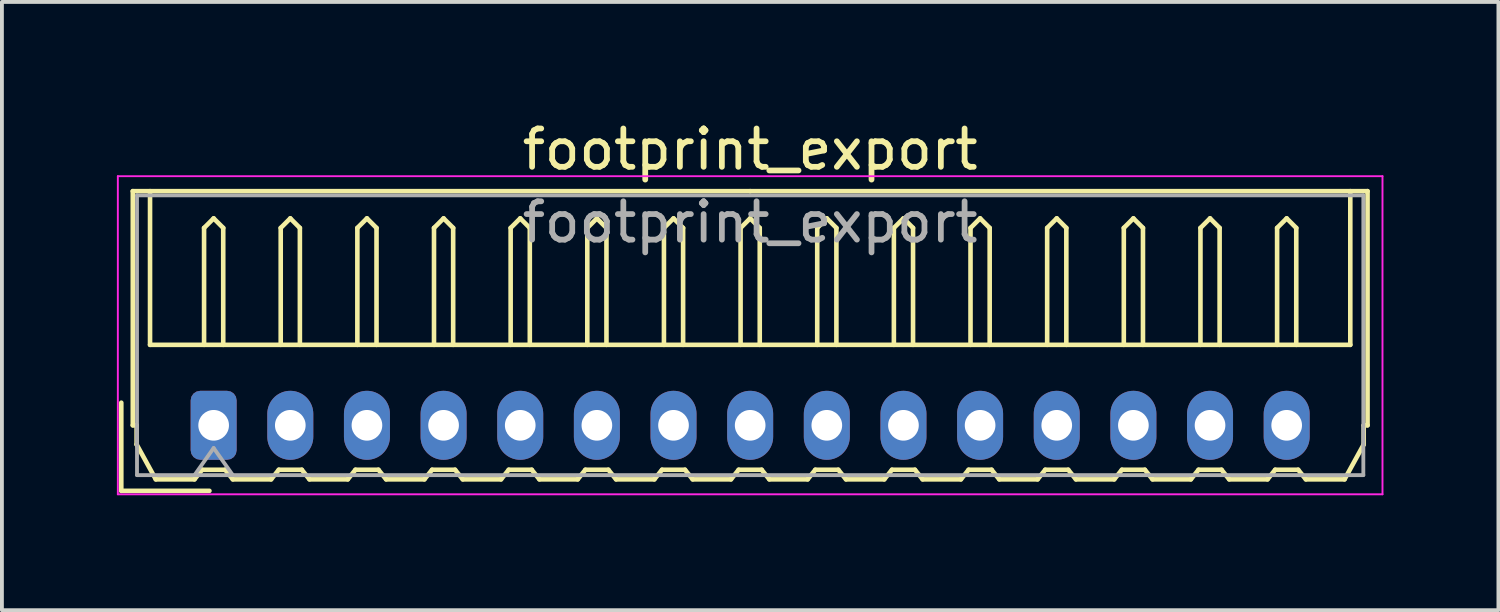
<source format=kicad_pcb>
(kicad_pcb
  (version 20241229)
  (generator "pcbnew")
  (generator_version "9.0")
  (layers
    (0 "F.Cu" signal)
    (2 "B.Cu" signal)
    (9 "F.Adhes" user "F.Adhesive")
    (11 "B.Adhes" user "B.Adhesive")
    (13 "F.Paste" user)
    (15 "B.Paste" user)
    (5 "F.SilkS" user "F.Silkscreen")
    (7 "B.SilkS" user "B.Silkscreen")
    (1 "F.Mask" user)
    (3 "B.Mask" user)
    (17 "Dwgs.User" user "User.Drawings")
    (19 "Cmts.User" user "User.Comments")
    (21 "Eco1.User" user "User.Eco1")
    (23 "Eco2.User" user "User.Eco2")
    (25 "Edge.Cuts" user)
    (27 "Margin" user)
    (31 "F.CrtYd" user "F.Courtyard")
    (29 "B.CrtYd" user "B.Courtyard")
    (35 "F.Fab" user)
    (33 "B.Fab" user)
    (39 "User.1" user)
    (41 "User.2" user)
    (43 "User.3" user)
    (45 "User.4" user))
  (footprint "footprint_export"
    (layer "F.Cu")
    (at 2.525 8.048)
    (property "Reference" "footprint_export" (at 14 -7.2 0) (layer "F.SilkS") (effects (font (size 1 1) (thickness 0.15))))
    (attr through_hole)
    (fp_line (start -2.41 1.71) (end -2.41 -0.59) (stroke (width 0.12) (type solid)) (layer "F.SilkS"))
    (fp_line (start -2.11 -6.11) (end 14 -6.11) (stroke (width 0.12) (type solid)) (layer "F.SilkS"))
    (fp_line (start -2.11 0) (end -2.11 -6.11) (stroke (width 0.12) (type solid)) (layer "F.SilkS"))
    (fp_line (start -2.01 0) (end -2.11 0) (stroke (width 0.12) (type solid)) (layer "F.SilkS"))
    (fp_line (start -2.01 0.5) (end -2.01 0) (stroke (width 0.12) (type solid)) (layer "F.SilkS"))
    (fp_line (start -1.66 -6.11) (end -1.66 -2.1) (stroke (width 0.12) (type solid)) (layer "F.SilkS"))
    (fp_line (start -1.66 -2.1) (end 29.66 -2.1) (stroke (width 0.12) (type solid)) (layer "F.SilkS"))
    (fp_line (start -1.51 1.41) (end -2.01 0.5) (stroke (width 0.12) (type solid)) (layer "F.SilkS"))
    (fp_line (start -0.5 1.41) (end -1.51 1.41) (stroke (width 0.12) (type solid)) (layer "F.SilkS"))
    (fp_line (start -0.3 1.16) (end -0.5 1.41) (stroke (width 0.12) (type solid)) (layer "F.SilkS"))
    (fp_line (start -0.3 1.16) (end 0.3 1.16) (stroke (width 0.12) (type solid)) (layer "F.SilkS"))
    (fp_line (start -0.25 -5.15) (end 0 -5.4) (stroke (width 0.12) (type solid)) (layer "F.SilkS"))
    (fp_line (start -0.25 -2.1) (end -0.25 -5.15) (stroke (width 0.12) (type solid)) (layer "F.SilkS"))
    (fp_line (start -0.11 1.71) (end -2.41 1.71) (stroke (width 0.12) (type solid)) (layer "F.SilkS"))
    (fp_line (start 0 -5.4) (end 0.25 -5.15) (stroke (width 0.12) (type solid)) (layer "F.SilkS"))
    (fp_line (start 0.25 -5.15) (end 0.25 -2.1) (stroke (width 0.12) (type solid)) (layer "F.SilkS"))
    (fp_line (start 0.3 1.16) (end 0.5 1.41) (stroke (width 0.12) (type solid)) (layer "F.SilkS"))
    (fp_line (start 0.5 1.41) (end 1.5 1.41) (stroke (width 0.12) (type solid)) (layer "F.SilkS"))
    (fp_line (start 1.5 1.41) (end 1.7 1.16) (stroke (width 0.12) (type solid)) (layer "F.SilkS"))
    (fp_line (start 1.7 1.16) (end 2.3 1.16) (stroke (width 0.12) (type solid)) (layer "F.SilkS"))
    (fp_line (start 1.75 -5.15) (end 2 -5.4) (stroke (width 0.12) (type solid)) (layer "F.SilkS"))
    (fp_line (start 1.75 -2.1) (end 1.75 -5.15) (stroke (width 0.12) (type solid)) (layer "F.SilkS"))
    (fp_line (start 2 -5.4) (end 2.25 -5.15) (stroke (width 0.12) (type solid)) (layer "F.SilkS"))
    (fp_line (start 2.25 -5.15) (end 2.25 -2.1) (stroke (width 0.12) (type solid)) (layer "F.SilkS"))
    (fp_line (start 2.3 1.16) (end 2.5 1.41) (stroke (width 0.12) (type solid)) (layer "F.SilkS"))
    (fp_line (start 2.5 1.41) (end 3.5 1.41) (stroke (width 0.12) (type solid)) (layer "F.SilkS"))
    (fp_line (start 3.5 1.41) (end 3.7 1.16) (stroke (width 0.12) (type solid)) (layer "F.SilkS"))
    (fp_line (start 3.7 1.16) (end 4.3 1.16) (stroke (width 0.12) (type solid)) (layer "F.SilkS"))
    (fp_line (start 3.75 -5.15) (end 4 -5.4) (stroke (width 0.12) (type solid)) (layer "F.SilkS"))
    (fp_line (start 3.75 -2.1) (end 3.75 -5.15) (stroke (width 0.12) (type solid)) (layer "F.SilkS"))
    (fp_line (start 4 -5.4) (end 4.25 -5.15) (stroke (width 0.12) (type solid)) (layer "F.SilkS"))
    (fp_line (start 4.25 -5.15) (end 4.25 -2.1) (stroke (width 0.12) (type solid)) (layer "F.SilkS"))
    (fp_line (start 4.3 1.16) (end 4.5 1.41) (stroke (width 0.12) (type solid)) (layer "F.SilkS"))
    (fp_line (start 4.5 1.41) (end 5.5 1.41) (stroke (width 0.12) (type solid)) (layer "F.SilkS"))
    (fp_line (start 5.5 1.41) (end 5.7 1.16) (stroke (width 0.12) (type solid)) (layer "F.SilkS"))
    (fp_line (start 5.7 1.16) (end 6.3 1.16) (stroke (width 0.12) (type solid)) (layer "F.SilkS"))
    (fp_line (start 5.75 -5.15) (end 6 -5.4) (stroke (width 0.12) (type solid)) (layer "F.SilkS"))
    (fp_line (start 5.75 -2.1) (end 5.75 -5.15) (stroke (width 0.12) (type solid)) (layer "F.SilkS"))
    (fp_line (start 6 -5.4) (end 6.25 -5.15) (stroke (width 0.12) (type solid)) (layer "F.SilkS"))
    (fp_line (start 6.25 -5.15) (end 6.25 -2.1) (stroke (width 0.12) (type solid)) (layer "F.SilkS"))
    (fp_line (start 6.3 1.16) (end 6.5 1.41) (stroke (width 0.12) (type solid)) (layer "F.SilkS"))
    (fp_line (start 6.5 1.41) (end 7.5 1.41) (stroke (width 0.12) (type solid)) (layer "F.SilkS"))
    (fp_line (start 7.5 1.41) (end 7.7 1.16) (stroke (width 0.12) (type solid)) (layer "F.SilkS"))
    (fp_line (start 7.7 1.16) (end 8.3 1.16) (stroke (width 0.12) (type solid)) (layer "F.SilkS"))
    (fp_line (start 7.75 -5.15) (end 8 -5.4) (stroke (width 0.12) (type solid)) (layer "F.SilkS"))
    (fp_line (start 7.75 -2.1) (end 7.75 -5.15) (stroke (width 0.12) (type solid)) (layer "F.SilkS"))
    (fp_line (start 8 -5.4) (end 8.25 -5.15) (stroke (width 0.12) (type solid)) (layer "F.SilkS"))
    (fp_line (start 8.25 -5.15) (end 8.25 -2.1) (stroke (width 0.12) (type solid)) (layer "F.SilkS"))
    (fp_line (start 8.3 1.16) (end 8.5 1.41) (stroke (width 0.12) (type solid)) (layer "F.SilkS"))
    (fp_line (start 8.5 1.41) (end 9.5 1.41) (stroke (width 0.12) (type solid)) (layer "F.SilkS"))
    (fp_line (start 9.5 1.41) (end 9.7 1.16) (stroke (width 0.12) (type solid)) (layer "F.SilkS"))
    (fp_line (start 9.7 1.16) (end 10.3 1.16) (stroke (width 0.12) (type solid)) (layer "F.SilkS"))
    (fp_line (start 9.75 -5.15) (end 10 -5.4) (stroke (width 0.12) (type solid)) (layer "F.SilkS"))
    (fp_line (start 9.75 -2.1) (end 9.75 -5.15) (stroke (width 0.12) (type solid)) (layer "F.SilkS"))
    (fp_line (start 10 -5.4) (end 10.25 -5.15) (stroke (width 0.12) (type solid)) (layer "F.SilkS"))
    (fp_line (start 10.25 -5.15) (end 10.25 -2.1) (stroke (width 0.12) (type solid)) (layer "F.SilkS"))
    (fp_line (start 10.3 1.16) (end 10.5 1.41) (stroke (width 0.12) (type solid)) (layer "F.SilkS"))
    (fp_line (start 10.5 1.41) (end 11.5 1.41) (stroke (width 0.12) (type solid)) (layer "F.SilkS"))
    (fp_line (start 11.5 1.41) (end 11.7 1.16) (stroke (width 0.12) (type solid)) (layer "F.SilkS"))
    (fp_line (start 11.7 1.16) (end 12.3 1.16) (stroke (width 0.12) (type solid)) (layer "F.SilkS"))
    (fp_line (start 11.75 -5.15) (end 12 -5.4) (stroke (width 0.12) (type solid)) (layer "F.SilkS"))
    (fp_line (start 11.75 -2.1) (end 11.75 -5.15) (stroke (width 0.12) (type solid)) (layer "F.SilkS"))
    (fp_line (start 12 -5.4) (end 12.25 -5.15) (stroke (width 0.12) (type solid)) (layer "F.SilkS"))
    (fp_line (start 12.25 -5.15) (end 12.25 -2.1) (stroke (width 0.12) (type solid)) (layer "F.SilkS"))
    (fp_line (start 12.3 1.16) (end 12.5 1.41) (stroke (width 0.12) (type solid)) (layer "F.SilkS"))
    (fp_line (start 12.5 1.41) (end 13.5 1.41) (stroke (width 0.12) (type solid)) (layer "F.SilkS"))
    (fp_line (start 13.5 1.41) (end 13.7 1.16) (stroke (width 0.12) (type solid)) (layer "F.SilkS"))
    (fp_line (start 13.7 1.16) (end 14.3 1.16) (stroke (width 0.12) (type solid)) (layer "F.SilkS"))
    (fp_line (start 13.75 -5.15) (end 14 -5.4) (stroke (width 0.12) (type solid)) (layer "F.SilkS"))
    (fp_line (start 13.75 -2.1) (end 13.75 -5.15) (stroke (width 0.12) (type solid)) (layer "F.SilkS"))
    (fp_line (start 14 -5.4) (end 14.25 -5.15) (stroke (width 0.12) (type solid)) (layer "F.SilkS"))
    (fp_line (start 14.25 -5.15) (end 14.25 -2.1) (stroke (width 0.12) (type solid)) (layer "F.SilkS"))
    (fp_line (start 14.3 1.16) (end 14.5 1.41) (stroke (width 0.12) (type solid)) (layer "F.SilkS"))
    (fp_line (start 14.5 1.41) (end 15.5 1.41) (stroke (width 0.12) (type solid)) (layer "F.SilkS"))
    (fp_line (start 15.5 1.41) (end 15.7 1.16) (stroke (width 0.12) (type solid)) (layer "F.SilkS"))
    (fp_line (start 15.7 1.16) (end 16.3 1.16) (stroke (width 0.12) (type solid)) (layer "F.SilkS"))
    (fp_line (start 15.75 -5.15) (end 16 -5.4) (stroke (width 0.12) (type solid)) (layer "F.SilkS"))
    (fp_line (start 15.75 -2.1) (end 15.75 -5.15) (stroke (width 0.12) (type solid)) (layer "F.SilkS"))
    (fp_line (start 16 -5.4) (end 16.25 -5.15) (stroke (width 0.12) (type solid)) (layer "F.SilkS"))
    (fp_line (start 16.25 -5.15) (end 16.25 -2.1) (stroke (width 0.12) (type solid)) (layer "F.SilkS"))
    (fp_line (start 16.3 1.16) (end 16.5 1.41) (stroke (width 0.12) (type solid)) (layer "F.SilkS"))
    (fp_line (start 16.5 1.41) (end 17.5 1.41) (stroke (width 0.12) (type solid)) (layer "F.SilkS"))
    (fp_line (start 17.5 1.41) (end 17.7 1.16) (stroke (width 0.12) (type solid)) (layer "F.SilkS"))
    (fp_line (start 17.7 1.16) (end 18.3 1.16) (stroke (width 0.12) (type solid)) (layer "F.SilkS"))
    (fp_line (start 17.75 -5.15) (end 18 -5.4) (stroke (width 0.12) (type solid)) (layer "F.SilkS"))
    (fp_line (start 17.75 -2.1) (end 17.75 -5.15) (stroke (width 0.12) (type solid)) (layer "F.SilkS"))
    (fp_line (start 18 -5.4) (end 18.25 -5.15) (stroke (width 0.12) (type solid)) (layer "F.SilkS"))
    (fp_line (start 18.25 -5.15) (end 18.25 -2.1) (stroke (width 0.12) (type solid)) (layer "F.SilkS"))
    (fp_line (start 18.3 1.16) (end 18.5 1.41) (stroke (width 0.12) (type solid)) (layer "F.SilkS"))
    (fp_line (start 18.5 1.41) (end 19.5 1.41) (stroke (width 0.12) (type solid)) (layer "F.SilkS"))
    (fp_line (start 19.5 1.41) (end 19.7 1.16) (stroke (width 0.12) (type solid)) (layer "F.SilkS"))
    (fp_line (start 19.7 1.16) (end 20.3 1.16) (stroke (width 0.12) (type solid)) (layer "F.SilkS"))
    (fp_line (start 19.75 -5.15) (end 20 -5.4) (stroke (width 0.12) (type solid)) (layer "F.SilkS"))
    (fp_line (start 19.75 -2.1) (end 19.75 -5.15) (stroke (width 0.12) (type solid)) (layer "F.SilkS"))
    (fp_line (start 20 -5.4) (end 20.25 -5.15) (stroke (width 0.12) (type solid)) (layer "F.SilkS"))
    (fp_line (start 20.25 -5.15) (end 20.25 -2.1) (stroke (width 0.12) (type solid)) (layer "F.SilkS"))
    (fp_line (start 20.3 1.16) (end 20.5 1.41) (stroke (width 0.12) (type solid)) (layer "F.SilkS"))
    (fp_line (start 20.5 1.41) (end 21.5 1.41) (stroke (width 0.12) (type solid)) (layer "F.SilkS"))
    (fp_line (start 21.5 1.41) (end 21.7 1.16) (stroke (width 0.12) (type solid)) (layer "F.SilkS"))
    (fp_line (start 21.7 1.16) (end 22.3 1.16) (stroke (width 0.12) (type solid)) (layer "F.SilkS"))
    (fp_line (start 21.75 -5.15) (end 22 -5.4) (stroke (width 0.12) (type solid)) (layer "F.SilkS"))
    (fp_line (start 21.75 -2.1) (end 21.75 -5.15) (stroke (width 0.12) (type solid)) (layer "F.SilkS"))
    (fp_line (start 22 -5.4) (end 22.25 -5.15) (stroke (width 0.12) (type solid)) (layer "F.SilkS"))
    (fp_line (start 22.25 -5.15) (end 22.25 -2.1) (stroke (width 0.12) (type solid)) (layer "F.SilkS"))
    (fp_line (start 22.3 1.16) (end 22.5 1.41) (stroke (width 0.12) (type solid)) (layer "F.SilkS"))
    (fp_line (start 22.5 1.41) (end 23.5 1.41) (stroke (width 0.12) (type solid)) (layer "F.SilkS"))
    (fp_line (start 23.5 1.41) (end 23.7 1.16) (stroke (width 0.12) (type solid)) (layer "F.SilkS"))
    (fp_line (start 23.7 1.16) (end 24.3 1.16) (stroke (width 0.12) (type solid)) (layer "F.SilkS"))
    (fp_line (start 23.75 -5.15) (end 24 -5.4) (stroke (width 0.12) (type solid)) (layer "F.SilkS"))
    (fp_line (start 23.75 -2.1) (end 23.75 -5.15) (stroke (width 0.12) (type solid)) (layer "F.SilkS"))
    (fp_line (start 24 -5.4) (end 24.25 -5.15) (stroke (width 0.12) (type solid)) (layer "F.SilkS"))
    (fp_line (start 24.25 -5.15) (end 24.25 -2.1) (stroke (width 0.12) (type solid)) (layer "F.SilkS"))
    (fp_line (start 24.3 1.16) (end 24.5 1.41) (stroke (width 0.12) (type solid)) (layer "F.SilkS"))
    (fp_line (start 24.5 1.41) (end 25.5 1.41) (stroke (width 0.12) (type solid)) (layer "F.SilkS"))
    (fp_line (start 25.5 1.41) (end 25.7 1.16) (stroke (width 0.12) (type solid)) (layer "F.SilkS"))
    (fp_line (start 25.7 1.16) (end 26.3 1.16) (stroke (width 0.12) (type solid)) (layer "F.SilkS"))
    (fp_line (start 25.75 -5.15) (end 26 -5.4) (stroke (width 0.12) (type solid)) (layer "F.SilkS"))
    (fp_line (start 25.75 -2.1) (end 25.75 -5.15) (stroke (width 0.12) (type solid)) (layer "F.SilkS"))
    (fp_line (start 26 -5.4) (end 26.25 -5.15) (stroke (width 0.12) (type solid)) (layer "F.SilkS"))
    (fp_line (start 26.25 -5.15) (end 26.25 -2.1) (stroke (width 0.12) (type solid)) (layer "F.SilkS"))
    (fp_line (start 26.3 1.16) (end 26.5 1.41) (stroke (width 0.12) (type solid)) (layer "F.SilkS"))
    (fp_line (start 26.5 1.41) (end 27.5 1.41) (stroke (width 0.12) (type solid)) (layer "F.SilkS"))
    (fp_line (start 27.5 1.41) (end 27.7 1.16) (stroke (width 0.12) (type solid)) (layer "F.SilkS"))
    (fp_line (start 27.7 1.16) (end 28.3 1.16) (stroke (width 0.12) (type solid)) (layer "F.SilkS"))
    (fp_line (start 27.75 -5.15) (end 28 -5.4) (stroke (width 0.12) (type solid)) (layer "F.SilkS"))
    (fp_line (start 27.75 -2.1) (end 27.75 -5.15) (stroke (width 0.12) (type solid)) (layer "F.SilkS"))
    (fp_line (start 28 -5.4) (end 28.25 -5.15) (stroke (width 0.12) (type solid)) (layer "F.SilkS"))
    (fp_line (start 28.25 -5.15) (end 28.25 -2.1) (stroke (width 0.12) (type solid)) (layer "F.SilkS"))
    (fp_line (start 28.3 1.16) (end 28.5 1.41) (stroke (width 0.12) (type solid)) (layer "F.SilkS"))
    (fp_line (start 28.5 1.41) (end 29.51 1.41) (stroke (width 0.12) (type solid)) (layer "F.SilkS"))
    (fp_line (start 29.51 1.41) (end 30.01 0.5) (stroke (width 0.12) (type solid)) (layer "F.SilkS"))
    (fp_line (start 29.66 -2.1) (end 29.66 -6.11) (stroke (width 0.12) (type solid)) (layer "F.SilkS"))
    (fp_line (start 30.01 0) (end 30.11 0) (stroke (width 0.12) (type solid)) (layer "F.SilkS"))
    (fp_line (start 30.01 0.5) (end 30.01 0) (stroke (width 0.12) (type solid)) (layer "F.SilkS"))
    (fp_line (start 30.11 -6.11) (end 14 -6.11) (stroke (width 0.12) (type solid)) (layer "F.SilkS"))
    (fp_line (start 30.11 0) (end 30.11 -6.11) (stroke (width 0.12) (type solid)) (layer "F.SilkS"))
    (fp_line (start -2.5 -6.5) (end -2.5 1.8) (stroke (width 0.05) (type solid)) (layer "F.CrtYd"))
    (fp_line (start -2.5 1.8) (end 30.5 1.8) (stroke (width 0.05) (type solid)) (layer "F.CrtYd"))
    (fp_line (start 30.5 -6.5) (end -2.5 -6.5) (stroke (width 0.05) (type solid)) (layer "F.CrtYd"))
    (fp_line (start 30.5 1.8) (end 30.5 -6.5) (stroke (width 0.05) (type solid)) (layer "F.CrtYd"))
    (fp_line (start -2 -6) (end -2 1.3) (stroke (width 0.1) (type solid)) (layer "F.Fab"))
    (fp_line (start -2 1.3) (end 30 1.3) (stroke (width 0.1) (type solid)) (layer "F.Fab"))
    (fp_line (start -0.5 1.3) (end 0 0.593) (stroke (width 0.1) (type solid)) (layer "F.Fab"))
    (fp_line (start 0 0.593) (end 0.5 1.3) (stroke (width 0.1) (type solid)) (layer "F.Fab"))
    (fp_line (start 30 -6) (end -2 -6) (stroke (width 0.1) (type solid)) (layer "F.Fab"))
    (fp_line (start 30 1.3) (end 30 -6) (stroke (width 0.1) (type solid)) (layer "F.Fab"))
    (fp_text user "${REFERENCE}" (at 14 -5.3 0) (layer "F.Fab") (effects (font (size 1 1) (thickness 0.15))))
    (pad "1" thru_hole roundrect (at 0 0) (size 1.2 1.8) (drill 0.8) (layers "*.Cu" "*.Mask") (roundrect_rratio 0.208))
    (pad "2" thru_hole oval (at 2 0) (size 1.2 1.8) (drill 0.8) (layers "*.Cu" "*.Mask"))
    (pad "3" thru_hole oval (at 4 0) (size 1.2 1.8) (drill 0.8) (layers "*.Cu" "*.Mask"))
    (pad "4" thru_hole oval (at 6 0) (size 1.2 1.8) (drill 0.8) (layers "*.Cu" "*.Mask"))
    (pad "5" thru_hole oval (at 8 0) (size 1.2 1.8) (drill 0.8) (layers "*.Cu" "*.Mask"))
    (pad "6" thru_hole oval (at 10 0) (size 1.2 1.8) (drill 0.8) (layers "*.Cu" "*.Mask"))
    (pad "7" thru_hole oval (at 12 0) (size 1.2 1.8) (drill 0.8) (layers "*.Cu" "*.Mask"))
    (pad "8" thru_hole oval (at 14 0) (size 1.2 1.8) (drill 0.8) (layers "*.Cu" "*.Mask"))
    (pad "9" thru_hole oval (at 16 0) (size 1.2 1.8) (drill 0.8) (layers "*.Cu" "*.Mask"))
    (pad "10" thru_hole oval (at 18 0) (size 1.2 1.8) (drill 0.8) (layers "*.Cu" "*.Mask"))
    (pad "11" thru_hole oval (at 20 0) (size 1.2 1.8) (drill 0.8) (layers "*.Cu" "*.Mask"))
    (pad "12" thru_hole oval (at 22 0) (size 1.2 1.8) (drill 0.8) (layers "*.Cu" "*.Mask"))
    (pad "13" thru_hole oval (at 24 0) (size 1.2 1.8) (drill 0.8) (layers "*.Cu" "*.Mask"))
    (pad "14" thru_hole oval (at 26 0) (size 1.2 1.8) (drill 0.8) (layers "*.Cu" "*.Mask"))
    (pad "15" thru_hole oval (at 28 0) (size 1.2 1.8) (drill 0.8) (layers "*.Cu" "*.Mask")))
  (gr_rect
    (start -3 -3)
    (end 36.05 12.873)
    (stroke (width 0.1) (type default))
    (fill no)
    (layer "Edge.Cuts")))
</source>
